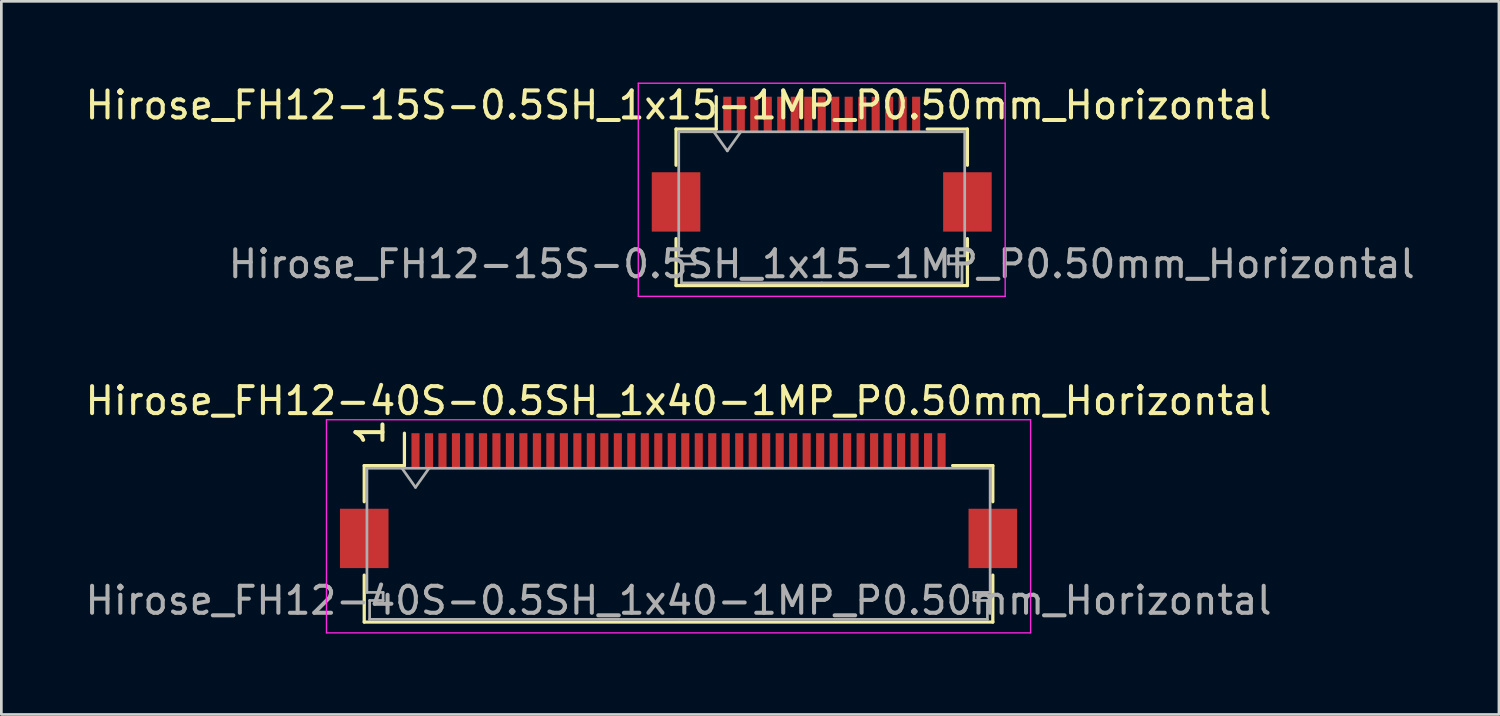
<source format=kicad_pcb>
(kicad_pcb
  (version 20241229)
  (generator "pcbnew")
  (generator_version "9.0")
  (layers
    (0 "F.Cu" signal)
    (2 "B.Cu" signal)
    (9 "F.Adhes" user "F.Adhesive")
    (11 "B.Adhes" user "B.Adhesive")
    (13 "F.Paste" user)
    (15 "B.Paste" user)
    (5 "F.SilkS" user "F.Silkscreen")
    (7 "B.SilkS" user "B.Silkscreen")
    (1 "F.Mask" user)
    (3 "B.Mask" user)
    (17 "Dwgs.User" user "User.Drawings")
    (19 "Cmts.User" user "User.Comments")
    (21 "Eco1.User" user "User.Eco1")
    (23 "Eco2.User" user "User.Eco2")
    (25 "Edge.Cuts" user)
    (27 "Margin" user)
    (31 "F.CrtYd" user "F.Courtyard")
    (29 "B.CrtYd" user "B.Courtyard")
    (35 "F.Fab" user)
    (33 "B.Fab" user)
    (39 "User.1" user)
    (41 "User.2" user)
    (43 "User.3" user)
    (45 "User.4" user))
  (footprint "Hirose_FH12-15S-0.5SH_1x15-1MP_P0.50mm_Horizontal"
    (layer "F.Cu")
    (at 27.409 3.035)
    (property "Reference" "Hirose_FH12-15S-0.5SH_1x15-1MP_P0.50mm_Horizontal" (at -5.308 -2.187 0) (layer "F.SilkS") (effects (font (size 1 1) (thickness 0.15))))
    (attr smd)
    (fp_line (start -5.4 -1.3) (end -5.4 0.04) (stroke (width 0.12) (type solid)) (layer "F.SilkS"))
    (fp_line (start -5.4 2.76) (end -5.4 4.5) (stroke (width 0.12) (type solid)) (layer "F.SilkS"))
    (fp_line (start -5.4 4.5) (end 5.4 4.5) (stroke (width 0.12) (type solid)) (layer "F.SilkS"))
    (fp_line (start -3.91 -1.3) (end -5.4 -1.3) (stroke (width 0.12) (type solid)) (layer "F.SilkS"))
    (fp_line (start -3.91 -1.3) (end -3.91 -2.5) (stroke (width 0.12) (type solid)) (layer "F.SilkS"))
    (fp_line (start 3.91 -1.3) (end 5.4 -1.3) (stroke (width 0.12) (type solid)) (layer "F.SilkS"))
    (fp_line (start 5.4 -1.3) (end 5.4 0.04) (stroke (width 0.12) (type solid)) (layer "F.SilkS"))
    (fp_line (start 5.4 4.5) (end 5.4 2.76) (stroke (width 0.12) (type solid)) (layer "F.SilkS"))
    (fp_line (start -6.8 -3) (end -6.8 4.9) (stroke (width 0.05) (type solid)) (layer "F.CrtYd"))
    (fp_line (start -6.8 4.9) (end 6.8 4.9) (stroke (width 0.05) (type solid)) (layer "F.CrtYd"))
    (fp_line (start 6.8 -3) (end -6.8 -3) (stroke (width 0.05) (type solid)) (layer "F.CrtYd"))
    (fp_line (start 6.8 4.9) (end 6.8 -3) (stroke (width 0.05) (type solid)) (layer "F.CrtYd"))
    (fp_line (start -5.3 -1.2) (end -5.3 3.4) (stroke (width 0.1) (type solid)) (layer "F.Fab"))
    (fp_line (start -5.3 3.4) (end -4.7 3.4) (stroke (width 0.1) (type solid)) (layer "F.Fab"))
    (fp_line (start -5.2 3.7) (end -5.2 4.4) (stroke (width 0.1) (type solid)) (layer "F.Fab"))
    (fp_line (start -5.2 4.4) (end 0 4.4) (stroke (width 0.1) (type solid)) (layer "F.Fab"))
    (fp_line (start -4.7 3.4) (end -4.7 3.7) (stroke (width 0.1) (type solid)) (layer "F.Fab"))
    (fp_line (start -4.7 3.7) (end -5.2 3.7) (stroke (width 0.1) (type solid)) (layer "F.Fab"))
    (fp_line (start -4 -1.2) (end -3.5 -0.493) (stroke (width 0.1) (type solid)) (layer "F.Fab"))
    (fp_line (start -3.5 -0.493) (end -3 -1.2) (stroke (width 0.1) (type solid)) (layer "F.Fab"))
    (fp_line (start 0 -1.2) (end -5.3 -1.2) (stroke (width 0.1) (type solid)) (layer "F.Fab"))
    (fp_line (start 0 -1.2) (end 5.3 -1.2) (stroke (width 0.1) (type solid)) (layer "F.Fab"))
    (fp_line (start 4.7 3.4) (end 4.7 3.7) (stroke (width 0.1) (type solid)) (layer "F.Fab"))
    (fp_line (start 4.7 3.7) (end 5.2 3.7) (stroke (width 0.1) (type solid)) (layer "F.Fab"))
    (fp_line (start 5.2 3.7) (end 5.2 4.4) (stroke (width 0.1) (type solid)) (layer "F.Fab"))
    (fp_line (start 5.2 4.4) (end 0 4.4) (stroke (width 0.1) (type solid)) (layer "F.Fab"))
    (fp_line (start 5.3 -1.2) (end 5.3 3.4) (stroke (width 0.1) (type solid)) (layer "F.Fab"))
    (fp_line (start 5.3 3.4) (end 4.7 3.4) (stroke (width 0.1) (type solid)) (layer "F.Fab"))
    (fp_text user "${REFERENCE}" (at 0 3.7 0) (layer "F.Fab") (effects (font (size 1 1) (thickness 0.15))))
    (pad "1" smd rect (at -3.5 -1.85) (size 0.3 1.3) (layers "F.Cu" "F.Mask" "F.Paste"))
    (pad "2" smd rect (at -3 -1.85) (size 0.3 1.3) (layers "F.Cu" "F.Mask" "F.Paste"))
    (pad "3" smd rect (at -2.5 -1.85) (size 0.3 1.3) (layers "F.Cu" "F.Mask" "F.Paste"))
    (pad "4" smd rect (at -2 -1.85) (size 0.3 1.3) (layers "F.Cu" "F.Mask" "F.Paste"))
    (pad "5" smd rect (at -1.5 -1.85) (size 0.3 1.3) (layers "F.Cu" "F.Mask" "F.Paste"))
    (pad "6" smd rect (at -1 -1.85) (size 0.3 1.3) (layers "F.Cu" "F.Mask" "F.Paste"))
    (pad "7" smd rect (at -0.5 -1.85) (size 0.3 1.3) (layers "F.Cu" "F.Mask" "F.Paste"))
    (pad "8" smd rect (at 0 -1.85) (size 0.3 1.3) (layers "F.Cu" "F.Mask" "F.Paste"))
    (pad "9" smd rect (at 0.5 -1.85) (size 0.3 1.3) (layers "F.Cu" "F.Mask" "F.Paste"))
    (pad "10" smd rect (at 1 -1.85) (size 0.3 1.3) (layers "F.Cu" "F.Mask" "F.Paste"))
    (pad "11" smd rect (at 1.5 -1.85) (size 0.3 1.3) (layers "F.Cu" "F.Mask" "F.Paste"))
    (pad "12" smd rect (at 2 -1.85) (size 0.3 1.3) (layers "F.Cu" "F.Mask" "F.Paste"))
    (pad "13" smd rect (at 2.5 -1.85) (size 0.3 1.3) (layers "F.Cu" "F.Mask" "F.Paste"))
    (pad "14" smd rect (at 3 -1.85) (size 0.3 1.3) (layers "F.Cu" "F.Mask" "F.Paste"))
    (pad "15" smd rect (at 3.5 -1.85) (size 0.3 1.3) (layers "F.Cu" "F.Mask" "F.Paste"))
    (pad "MP" smd rect (at -5.4 1.4) (size 1.8 2.2) (layers "F.Cu" "F.Mask" "F.Paste"))
    (pad "MP" smd rect (at 5.4 1.4) (size 1.8 2.2) (layers "F.Cu" "F.Mask" "F.Paste")))
  (footprint "Hirose_FH12-40S-0.5SH_1x40-1MP_P0.50mm_Horizontal"
    (layer "F.Cu")
    (at 22.101 15.508)
    (property "Reference" "Hirose_FH12-40S-0.5SH_1x40-1MP_P0.50mm_Horizontal" (at 0 -3.7 0) (layer "F.SilkS") (effects (font (size 1 1) (thickness 0.15))))
    (attr smd)
    (fp_line (start -11.65 -1.3) (end -11.65 0.04) (stroke (width 0.12) (type solid)) (layer "F.SilkS"))
    (fp_line (start -11.65 2.76) (end -11.65 4.5) (stroke (width 0.12) (type solid)) (layer "F.SilkS"))
    (fp_line (start -11.65 4.5) (end 11.65 4.5) (stroke (width 0.12) (type solid)) (layer "F.SilkS"))
    (fp_line (start -10.16 -1.3) (end -11.65 -1.3) (stroke (width 0.12) (type solid)) (layer "F.SilkS"))
    (fp_line (start -10.16 -1.3) (end -10.16 -2.5) (stroke (width 0.12) (type solid)) (layer "F.SilkS"))
    (fp_line (start 10.16 -1.3) (end 11.65 -1.3) (stroke (width 0.12) (type solid)) (layer "F.SilkS"))
    (fp_line (start 11.65 -1.3) (end 11.65 0.04) (stroke (width 0.12) (type solid)) (layer "F.SilkS"))
    (fp_line (start 11.65 4.5) (end 11.65 2.76) (stroke (width 0.12) (type solid)) (layer "F.SilkS"))
    (fp_line (start -13.05 -3) (end -13.05 4.9) (stroke (width 0.05) (type solid)) (layer "F.CrtYd"))
    (fp_line (start -13.05 4.9) (end 13.05 4.9) (stroke (width 0.05) (type solid)) (layer "F.CrtYd"))
    (fp_line (start 13.05 -3) (end -13.05 -3) (stroke (width 0.05) (type solid)) (layer "F.CrtYd"))
    (fp_line (start 13.05 4.9) (end 13.05 -3) (stroke (width 0.05) (type solid)) (layer "F.CrtYd"))
    (fp_line (start -11.55 -1.2) (end -11.55 3.4) (stroke (width 0.1) (type solid)) (layer "F.Fab"))
    (fp_line (start -11.55 3.4) (end -10.95 3.4) (stroke (width 0.1) (type solid)) (layer "F.Fab"))
    (fp_line (start -11.45 3.7) (end -11.45 4.4) (stroke (width 0.1) (type solid)) (layer "F.Fab"))
    (fp_line (start -11.45 4.4) (end 0 4.4) (stroke (width 0.1) (type solid)) (layer "F.Fab"))
    (fp_line (start -10.95 3.4) (end -10.95 3.7) (stroke (width 0.1) (type solid)) (layer "F.Fab"))
    (fp_line (start -10.95 3.7) (end -11.45 3.7) (stroke (width 0.1) (type solid)) (layer "F.Fab"))
    (fp_line (start -10.25 -1.2) (end -9.75 -0.493) (stroke (width 0.1) (type solid)) (layer "F.Fab"))
    (fp_line (start -9.75 -0.493) (end -9.25 -1.2) (stroke (width 0.1) (type solid)) (layer "F.Fab"))
    (fp_line (start 0 -1.2) (end -11.55 -1.2) (stroke (width 0.1) (type solid)) (layer "F.Fab"))
    (fp_line (start 0 -1.2) (end 11.55 -1.2) (stroke (width 0.1) (type solid)) (layer "F.Fab"))
    (fp_line (start 10.95 3.4) (end 10.95 3.7) (stroke (width 0.1) (type solid)) (layer "F.Fab"))
    (fp_line (start 10.95 3.7) (end 11.45 3.7) (stroke (width 0.1) (type solid)) (layer "F.Fab"))
    (fp_line (start 11.45 4.4) (end 0 4.4) (stroke (width 0.1) (type solid)) (layer "F.Fab"))
    (fp_line (start 11.45 3.7) (end 11.45 4.4) (stroke (width 0.1) (type solid)) (layer "F.Fab"))
    (fp_line (start 11.55 -1.2) (end 11.55 3.4) (stroke (width 0.1) (type solid)) (layer "F.Fab"))
    (fp_line (start 11.55 3.4) (end 10.95 3.4) (stroke (width 0.1) (type solid)) (layer "F.Fab"))
    (fp_text user "1" (at -11.43 -2.54 90) (layer "F.SilkS") (effects (font (size 1 1) (thickness 0.15))))
    (fp_text user "${REFERENCE}" (at 0 3.7 0) (layer "F.Fab") (effects (font (size 1 1) (thickness 0.15))))
    (pad "1" smd rect (at -9.75 -1.85) (size 0.3 1.3) (layers "F.Cu" "F.Mask" "F.Paste"))
    (pad "2" smd rect (at -9.25 -1.85) (size 0.3 1.3) (layers "F.Cu" "F.Mask" "F.Paste"))
    (pad "3" smd rect (at -8.75 -1.85) (size 0.3 1.3) (layers "F.Cu" "F.Mask" "F.Paste"))
    (pad "4" smd rect (at -8.25 -1.85) (size 0.3 1.3) (layers "F.Cu" "F.Mask" "F.Paste"))
    (pad "5" smd rect (at -7.75 -1.85) (size 0.3 1.3) (layers "F.Cu" "F.Mask" "F.Paste"))
    (pad "6" smd rect (at -7.25 -1.85) (size 0.3 1.3) (layers "F.Cu" "F.Mask" "F.Paste"))
    (pad "7" smd rect (at -6.75 -1.85) (size 0.3 1.3) (layers "F.Cu" "F.Mask" "F.Paste"))
    (pad "8" smd rect (at -6.25 -1.85) (size 0.3 1.3) (layers "F.Cu" "F.Mask" "F.Paste"))
    (pad "9" smd rect (at -5.75 -1.85) (size 0.3 1.3) (layers "F.Cu" "F.Mask" "F.Paste"))
    (pad "10" smd rect (at -5.25 -1.85) (size 0.3 1.3) (layers "F.Cu" "F.Mask" "F.Paste"))
    (pad "11" smd rect (at -4.75 -1.85) (size 0.3 1.3) (layers "F.Cu" "F.Mask" "F.Paste"))
    (pad "12" smd rect (at -4.25 -1.85) (size 0.3 1.3) (layers "F.Cu" "F.Mask" "F.Paste"))
    (pad "13" smd rect (at -3.75 -1.85) (size 0.3 1.3) (layers "F.Cu" "F.Mask" "F.Paste"))
    (pad "14" smd rect (at -3.25 -1.85) (size 0.3 1.3) (layers "F.Cu" "F.Mask" "F.Paste"))
    (pad "15" smd rect (at -2.75 -1.85) (size 0.3 1.3) (layers "F.Cu" "F.Mask" "F.Paste"))
    (pad "16" smd rect (at -2.25 -1.85) (size 0.3 1.3) (layers "F.Cu" "F.Mask" "F.Paste"))
    (pad "17" smd rect (at -1.75 -1.85) (size 0.3 1.3) (layers "F.Cu" "F.Mask" "F.Paste"))
    (pad "18" smd rect (at -1.25 -1.85) (size 0.3 1.3) (layers "F.Cu" "F.Mask" "F.Paste"))
    (pad "19" smd rect (at -0.75 -1.85) (size 0.3 1.3) (layers "F.Cu" "F.Mask" "F.Paste"))
    (pad "20" smd rect (at -0.25 -1.85) (size 0.3 1.3) (layers "F.Cu" "F.Mask" "F.Paste"))
    (pad "21" smd rect (at 0.25 -1.85) (size 0.3 1.3) (layers "F.Cu" "F.Mask" "F.Paste"))
    (pad "22" smd rect (at 0.75 -1.85) (size 0.3 1.3) (layers "F.Cu" "F.Mask" "F.Paste"))
    (pad "23" smd rect (at 1.25 -1.85) (size 0.3 1.3) (layers "F.Cu" "F.Mask" "F.Paste"))
    (pad "24" smd rect (at 1.75 -1.85) (size 0.3 1.3) (layers "F.Cu" "F.Mask" "F.Paste"))
    (pad "25" smd rect (at 2.25 -1.85) (size 0.3 1.3) (layers "F.Cu" "F.Mask" "F.Paste"))
    (pad "26" smd rect (at 2.75 -1.85) (size 0.3 1.3) (layers "F.Cu" "F.Mask" "F.Paste"))
    (pad "27" smd rect (at 3.25 -1.85) (size 0.3 1.3) (layers "F.Cu" "F.Mask" "F.Paste"))
    (pad "28" smd rect (at 3.75 -1.85) (size 0.3 1.3) (layers "F.Cu" "F.Mask" "F.Paste"))
    (pad "29" smd rect (at 4.25 -1.85) (size 0.3 1.3) (layers "F.Cu" "F.Mask" "F.Paste"))
    (pad "30" smd rect (at 4.75 -1.85) (size 0.3 1.3) (layers "F.Cu" "F.Mask" "F.Paste"))
    (pad "31" smd rect (at 5.25 -1.85) (size 0.3 1.3) (layers "F.Cu" "F.Mask" "F.Paste"))
    (pad "32" smd rect (at 5.75 -1.85) (size 0.3 1.3) (layers "F.Cu" "F.Mask" "F.Paste"))
    (pad "33" smd rect (at 6.25 -1.85) (size 0.3 1.3) (layers "F.Cu" "F.Mask" "F.Paste"))
    (pad "34" smd rect (at 6.75 -1.85) (size 0.3 1.3) (layers "F.Cu" "F.Mask" "F.Paste"))
    (pad "35" smd rect (at 7.25 -1.85) (size 0.3 1.3) (layers "F.Cu" "F.Mask" "F.Paste"))
    (pad "36" smd rect (at 7.75 -1.85) (size 0.3 1.3) (layers "F.Cu" "F.Mask" "F.Paste"))
    (pad "37" smd rect (at 8.25 -1.85) (size 0.3 1.3) (layers "F.Cu" "F.Mask" "F.Paste"))
    (pad "38" smd rect (at 8.75 -1.85) (size 0.3 1.3) (layers "F.Cu" "F.Mask" "F.Paste"))
    (pad "39" smd rect (at 9.25 -1.85) (size 0.3 1.3) (layers "F.Cu" "F.Mask" "F.Paste"))
    (pad "40" smd rect (at 9.75 -1.85) (size 0.3 1.3) (layers "F.Cu" "F.Mask" "F.Paste"))
    (pad "MP" smd rect (at -11.65 1.4) (size 1.8 2.2) (layers "F.Cu" "F.Mask" "F.Paste"))
    (pad "MP" smd rect (at 11.65 1.4) (size 1.8 2.2) (layers "F.Cu" "F.Mask" "F.Paste")))
  (gr_rect
    (start -3 -3)
    (end 52.511 23.433)
    (stroke (width 0.1) (type default))
    (fill no)
    (layer "Edge.Cuts")))
</source>
